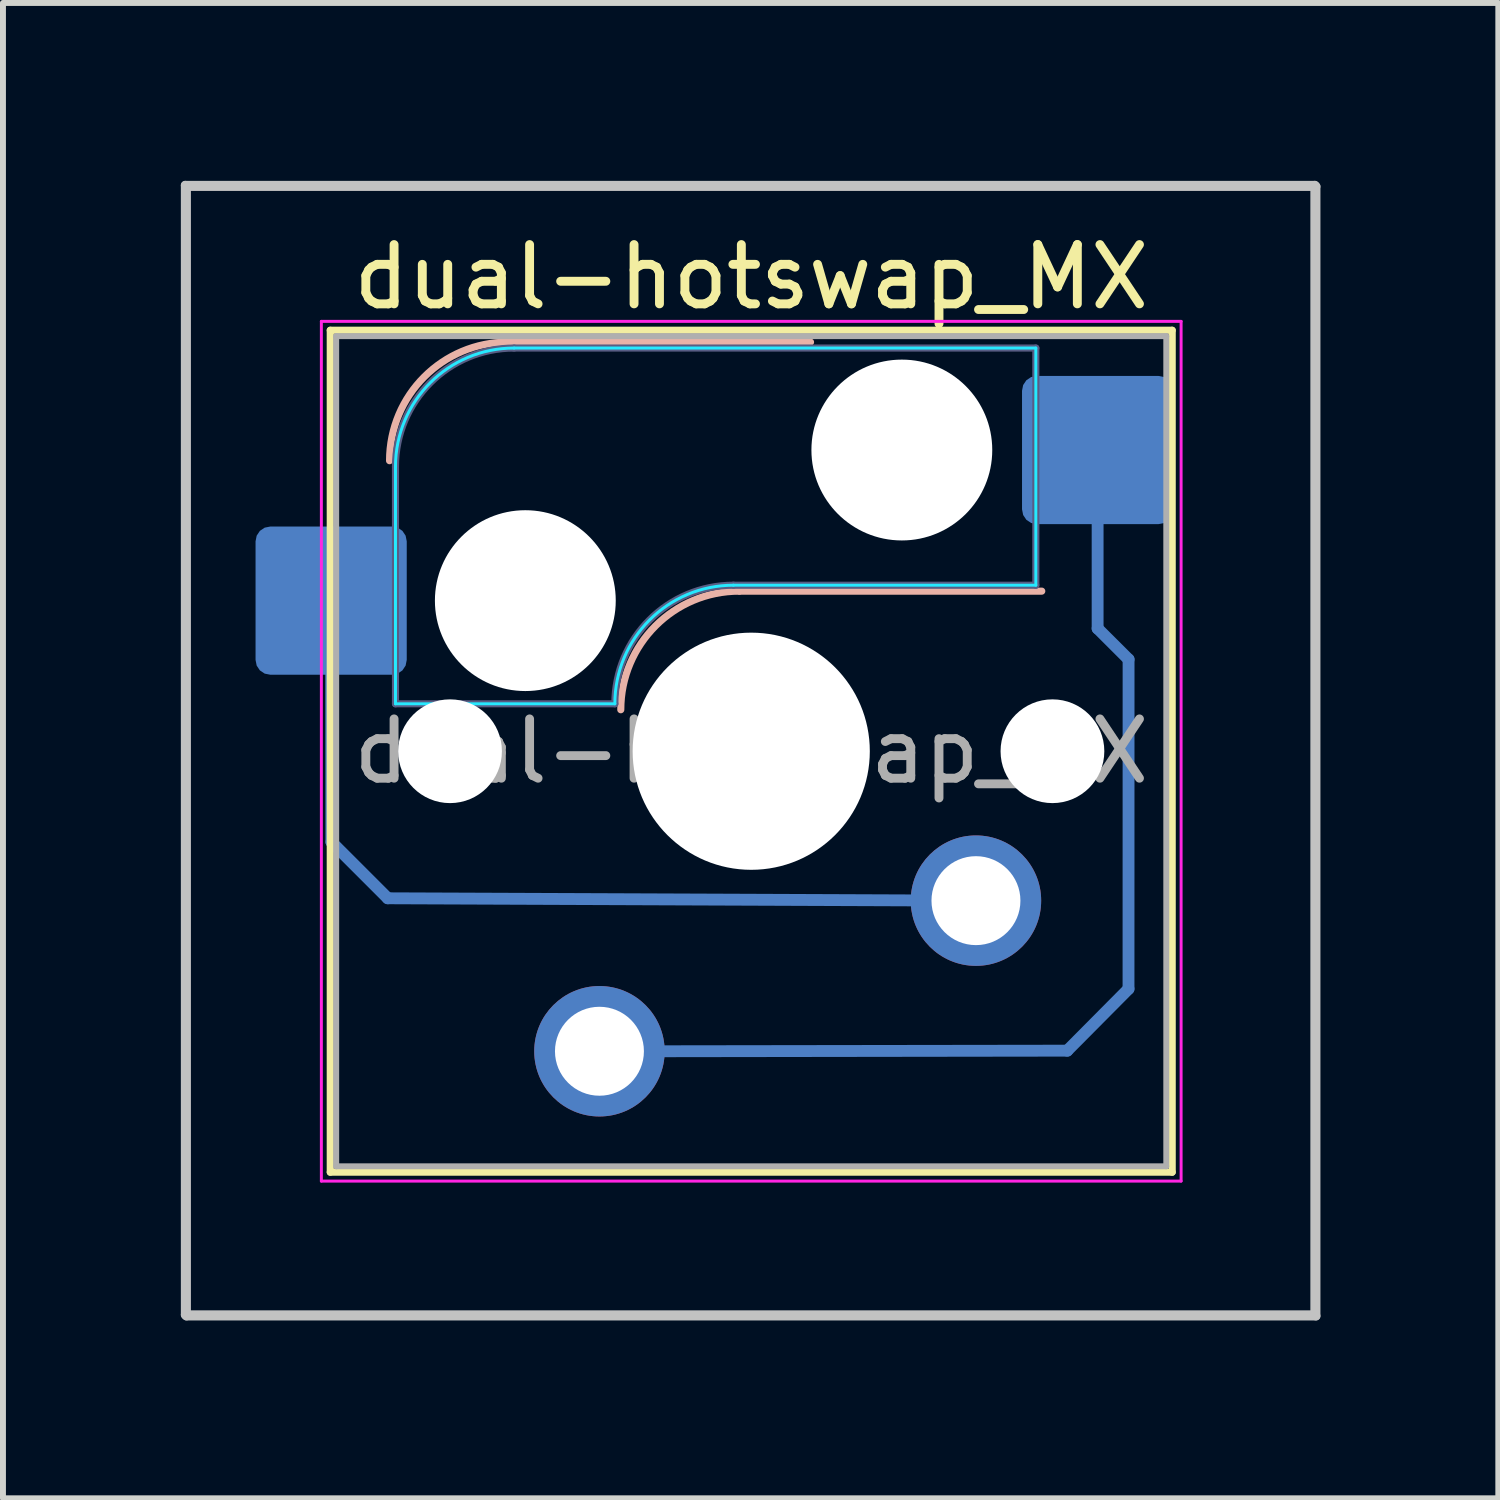
<source format=kicad_pcb>
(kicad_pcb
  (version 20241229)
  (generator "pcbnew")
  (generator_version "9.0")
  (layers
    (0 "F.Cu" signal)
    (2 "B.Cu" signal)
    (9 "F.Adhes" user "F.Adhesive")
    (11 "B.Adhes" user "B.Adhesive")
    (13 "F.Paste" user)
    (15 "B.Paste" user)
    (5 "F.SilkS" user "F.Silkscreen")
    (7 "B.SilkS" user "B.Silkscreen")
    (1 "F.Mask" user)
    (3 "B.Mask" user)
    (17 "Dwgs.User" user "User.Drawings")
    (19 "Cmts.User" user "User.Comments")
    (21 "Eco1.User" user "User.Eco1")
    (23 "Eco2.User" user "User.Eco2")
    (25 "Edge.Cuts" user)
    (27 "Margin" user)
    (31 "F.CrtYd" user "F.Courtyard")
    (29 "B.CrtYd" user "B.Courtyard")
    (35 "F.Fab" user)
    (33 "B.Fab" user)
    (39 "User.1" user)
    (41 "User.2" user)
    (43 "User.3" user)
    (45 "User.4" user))
  (footprint "dual-hotswap_MX"
    (layer "F.Cu")
    (at 9.62 9.62)
    (property "Reference" "dual-hotswap_MX" (at 0 -8 0) (layer "F.SilkS") (effects (font (size 1 1) (thickness 0.15))))
    (attr smd)
    (fp_line (start -7.085 -2.54) (end -7.081 1.529) (stroke (width 0.2) (type default)) (layer "B.Cu"))
    (fp_line (start -7.08 1.53) (end -6.13 2.48) (stroke (width 0.2) (type default)) (layer "B.Cu"))
    (fp_line (start -6.13 2.48) (end 3.79 2.52) (stroke (width 0.2) (type default)) (layer "B.Cu"))
    (fp_line (start -1.46 5.06) (end 5.33 5.05) (stroke (width 0.2) (type default)) (layer "B.Cu"))
    (fp_line (start 5.33 5.05) (end 6.363 4.009) (stroke (width 0.2) (type default)) (layer "B.Cu"))
    (fp_line (start 5.842 -5.08) (end 5.842 -2.07) (stroke (width 0.2) (type default)) (layer "B.Cu"))
    (fp_line (start 5.842 -2.07) (end 6.364 -1.549) (stroke (width 0.2) (type default)) (layer "B.Cu"))
    (fp_line (start 6.364 -1.549) (end 6.363 4.008) (stroke (width 0.2) (type default)) (layer "B.Cu"))
    (fp_line (start -7.1 -7.1) (end -7.1 7.1) (stroke (width 0.12) (type solid)) (layer "F.SilkS"))
    (fp_line (start -7.1 7.1) (end 7.1 7.1) (stroke (width 0.12) (type solid)) (layer "F.SilkS"))
    (fp_line (start 7.1 -7.1) (end -7.1 -7.1) (stroke (width 0.12) (type solid)) (layer "F.SilkS"))
    (fp_line (start 7.1 7.1) (end 7.1 -7.1) (stroke (width 0.12) (type solid)) (layer "F.SilkS"))
    (fp_line (start -4.1 -6.9) (end 1 -6.9) (stroke (width 0.12) (type solid)) (layer "B.SilkS"))
    (fp_line (start -0.2 -2.7) (end 4.9 -2.7) (stroke (width 0.12) (type solid)) (layer "B.SilkS"))
    (fp_arc (start -6.1 -4.9) (mid -5.514214 -6.314214) (end -4.1 -6.9) (stroke (width 0.12) (type solid)) (layer "B.SilkS"))
    (fp_arc (start -2.2 -0.7) (mid -1.614214 -2.114214) (end -0.2 -2.7) (stroke (width 0.12) (type solid)) (layer "B.SilkS"))
    (fp_line (start -9.545 -9.545) (end 9.505 -9.545) (stroke (width 0.15) (type solid)) (layer "Dwgs.User"))
    (fp_line (start -9.545 9.505) (end -9.545 -9.545) (stroke (width 0.15) (type solid)) (layer "Dwgs.User"))
    (fp_line (start -9.525 -9.525) (end 9.525 -9.525) (stroke (width 0.15) (type solid)) (layer "Dwgs.User"))
    (fp_line (start -9.525 9.525) (end -9.525 -9.525) (stroke (width 0.15) (type solid)) (layer "Dwgs.User"))
    (fp_line (start 9.505 -9.545) (end 9.505 9.505) (stroke (width 0.15) (type solid)) (layer "Dwgs.User"))
    (fp_line (start 9.505 9.505) (end -9.545 9.505) (stroke (width 0.15) (type solid)) (layer "Dwgs.User"))
    (fp_line (start 9.525 -9.525) (end 9.525 9.525) (stroke (width 0.15) (type solid)) (layer "Dwgs.User"))
    (fp_line (start 9.525 9.525) (end -9.525 9.525) (stroke (width 0.15) (type solid)) (layer "Dwgs.User"))
    (fp_line (start -7.8 -6) (end -7 -6) (stroke (width 0.1) (type solid)) (layer "Eco1.User"))
    (fp_line (start -7.8 -2.9) (end -7.8 -6) (stroke (width 0.1) (type solid)) (layer "Eco1.User"))
    (fp_line (start -7.8 2.9) (end -7 2.9) (stroke (width 0.1) (type solid)) (layer "Eco1.User"))
    (fp_line (start -7.8 6) (end -7.8 2.9) (stroke (width 0.1) (type solid)) (layer "Eco1.User"))
    (fp_line (start -7 -7) (end 7 -7) (stroke (width 0.1) (type solid)) (layer "Eco1.User"))
    (fp_line (start -7 -6) (end -7 -7) (stroke (width 0.1) (type solid)) (layer "Eco1.User"))
    (fp_line (start -7 -2.9) (end -7.8 -2.9) (stroke (width 0.1) (type solid)) (layer "Eco1.User"))
    (fp_line (start -7 2.9) (end -7 -2.9) (stroke (width 0.1) (type solid)) (layer "Eco1.User"))
    (fp_line (start -7 6) (end -7.8 6) (stroke (width 0.1) (type solid)) (layer "Eco1.User"))
    (fp_line (start -7 7) (end -7 6) (stroke (width 0.1) (type solid)) (layer "Eco1.User"))
    (fp_line (start 7 -7) (end 7 -6) (stroke (width 0.1) (type solid)) (layer "Eco1.User"))
    (fp_line (start 7 -6) (end 7.8 -6) (stroke (width 0.1) (type solid)) (layer "Eco1.User"))
    (fp_line (start 7 -2.9) (end 7 2.9) (stroke (width 0.1) (type solid)) (layer "Eco1.User"))
    (fp_line (start 7 2.9) (end 7.8 2.9) (stroke (width 0.1) (type solid)) (layer "Eco1.User"))
    (fp_line (start 7 6) (end 7 7) (stroke (width 0.1) (type solid)) (layer "Eco1.User"))
    (fp_line (start 7 7) (end -7 7) (stroke (width 0.1) (type solid)) (layer "Eco1.User"))
    (fp_line (start 7.8 -6) (end 7.8 -2.9) (stroke (width 0.1) (type solid)) (layer "Eco1.User"))
    (fp_line (start 7.8 -2.9) (end 7 -2.9) (stroke (width 0.1) (type solid)) (layer "Eco1.User"))
    (fp_line (start 7.8 2.9) (end 7.8 6) (stroke (width 0.1) (type solid)) (layer "Eco1.User"))
    (fp_line (start 7.8 6) (end 7 6) (stroke (width 0.1) (type solid)) (layer "Eco1.User"))
    (fp_line (start -6 -0.8) (end -6 -4.8) (stroke (width 0.05) (type solid)) (layer "B.CrtYd"))
    (fp_line (start -6 -0.8) (end -2.3 -0.8) (stroke (width 0.05) (type solid)) (layer "B.CrtYd"))
    (fp_line (start -4 -6.8) (end 4.8 -6.8) (stroke (width 0.05) (type solid)) (layer "B.CrtYd"))
    (fp_line (start -0.3 -2.8) (end 4.8 -2.8) (stroke (width 0.05) (type solid)) (layer "B.CrtYd"))
    (fp_line (start 4.8 -6.8) (end 4.8 -2.8) (stroke (width 0.05) (type solid)) (layer "B.CrtYd"))
    (fp_arc (start -6 -4.8) (mid -5.414214 -6.214214) (end -4 -6.8) (stroke (width 0.05) (type solid)) (layer "B.CrtYd"))
    (fp_arc (start -2.3 -0.8) (mid -1.714214 -2.214214) (end -0.3 -2.8) (stroke (width 0.05) (type solid)) (layer "B.CrtYd"))
    (fp_line (start -7.25 -7.25) (end -7.25 7.25) (stroke (width 0.05) (type solid)) (layer "F.CrtYd"))
    (fp_line (start -7.25 7.25) (end 7.25 7.25) (stroke (width 0.05) (type solid)) (layer "F.CrtYd"))
    (fp_line (start 7.25 -7.25) (end -7.25 -7.25) (stroke (width 0.05) (type solid)) (layer "F.CrtYd"))
    (fp_line (start 7.25 7.25) (end 7.25 -7.25) (stroke (width 0.05) (type solid)) (layer "F.CrtYd"))
    (fp_line (start -6 -0.8) (end -6 -4.8) (stroke (width 0.12) (type solid)) (layer "B.Fab"))
    (fp_line (start -6 -0.8) (end -2.3 -0.8) (stroke (width 0.12) (type solid)) (layer "B.Fab"))
    (fp_line (start -4 -6.8) (end 4.8 -6.8) (stroke (width 0.12) (type solid)) (layer "B.Fab"))
    (fp_line (start -0.3 -2.8) (end 4.8 -2.8) (stroke (width 0.12) (type solid)) (layer "B.Fab"))
    (fp_line (start 4.8 -6.8) (end 4.8 -2.8) (stroke (width 0.12) (type solid)) (layer "B.Fab"))
    (fp_arc (start -6 -4.8) (mid -5.414214 -6.214214) (end -4 -6.8) (stroke (width 0.12) (type solid)) (layer "B.Fab"))
    (fp_arc (start -2.3 -0.8) (mid -1.714214 -2.214214) (end -0.3 -2.8) (stroke (width 0.12) (type solid)) (layer "B.Fab"))
    (fp_line (start -7 -7) (end -7 7) (stroke (width 0.1) (type solid)) (layer "F.Fab"))
    (fp_line (start -7 7) (end 7 7) (stroke (width 0.1) (type solid)) (layer "F.Fab"))
    (fp_line (start 7 -7) (end -7 -7) (stroke (width 0.1) (type solid)) (layer "F.Fab"))
    (fp_line (start 7 7) (end 7 -7) (stroke (width 0.1) (type solid)) (layer "F.Fab"))
    (fp_text user "${REFERENCE}" (at 0 0 0) (layer "F.Fab") (effects (font (size 1 1) (thickness 0.15))))
    (pad "" smd roundrect (at -7.085 -2.54) (size 2.55 2.5) (layers "B.Cu" "B.Mask" "B.Paste") (roundrect_rratio 0.1))
    (pad "" np_thru_hole circle (at -5.08 0) (size 1.75 1.75) (drill 1.75) (layers "*.Cu" "*.Mask"))
    (pad "" np_thru_hole circle (at -3.81 -2.54) (size 3.05 3.05) (drill 3.05) (layers "*.Cu" "*.Mask"))
    (pad "" np_thru_hole circle (at 0 0) (size 4 4) (drill 4) (layers "*.Cu" "*.Mask"))
    (pad "" np_thru_hole circle (at 2.54 -5.08) (size 3.05 3.05) (drill 3.05) (layers "*.Cu" "*.Mask"))
    (pad "" np_thru_hole circle (at 5.08 0) (size 1.75 1.75) (drill 1.75) (layers "*.Cu" "*.Mask"))
    (pad "" smd roundrect (at 5.842 -5.08) (size 2.55 2.5) (layers "B.Cu" "B.Mask" "B.Paste") (roundrect_rratio 0.1))
    (pad "1" thru_hole circle (at -2.56 5.06 180) (size 2.2 2.2) (drill 1.5) (layers "*.Cu" "*.Mask"))
    (pad "2" thru_hole circle (at 3.79 2.52 180) (size 2.2 2.2) (drill 1.5) (layers "*.Cu" "*.Mask")))
  (gr_rect
    (start -3 -3)
    (end 22.22 22.22)
    (stroke (width 0.1) (type default))
    (fill no)
    (layer "Edge.Cuts")))
</source>
